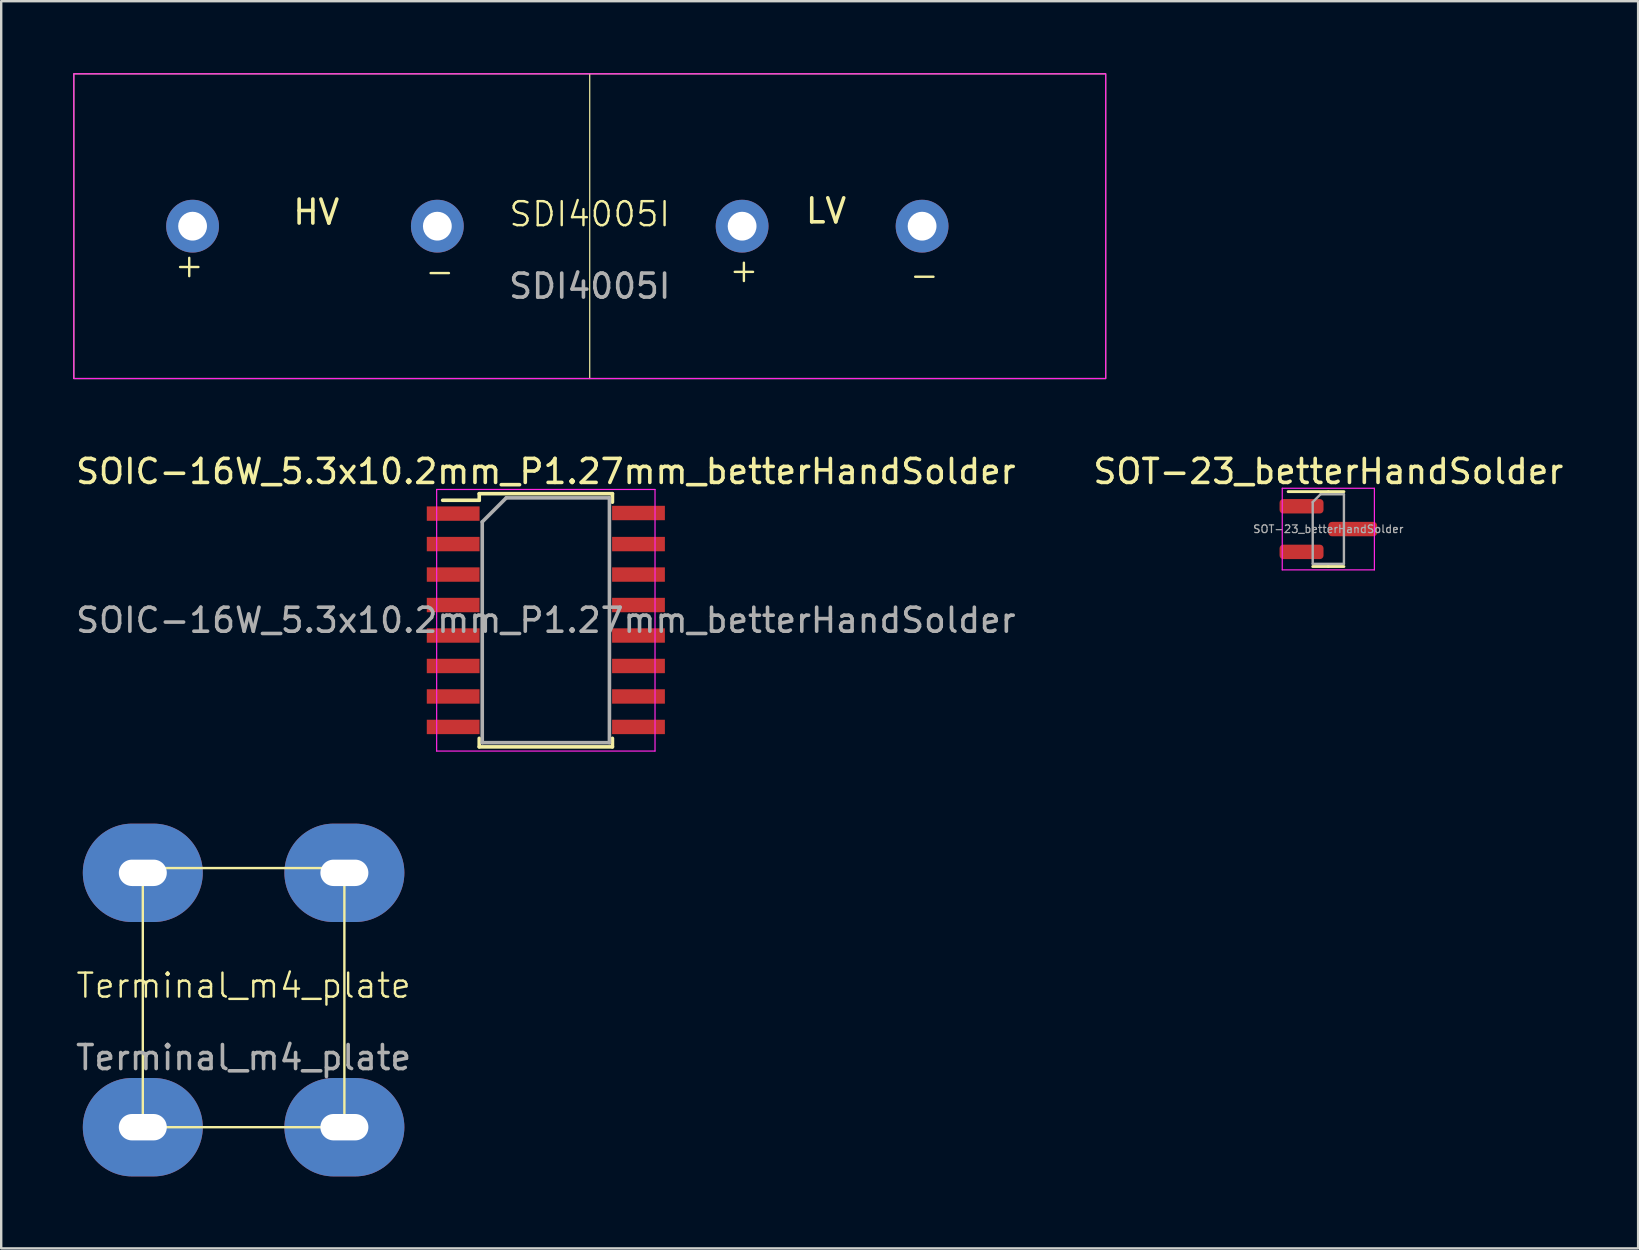
<source format=kicad_pcb>
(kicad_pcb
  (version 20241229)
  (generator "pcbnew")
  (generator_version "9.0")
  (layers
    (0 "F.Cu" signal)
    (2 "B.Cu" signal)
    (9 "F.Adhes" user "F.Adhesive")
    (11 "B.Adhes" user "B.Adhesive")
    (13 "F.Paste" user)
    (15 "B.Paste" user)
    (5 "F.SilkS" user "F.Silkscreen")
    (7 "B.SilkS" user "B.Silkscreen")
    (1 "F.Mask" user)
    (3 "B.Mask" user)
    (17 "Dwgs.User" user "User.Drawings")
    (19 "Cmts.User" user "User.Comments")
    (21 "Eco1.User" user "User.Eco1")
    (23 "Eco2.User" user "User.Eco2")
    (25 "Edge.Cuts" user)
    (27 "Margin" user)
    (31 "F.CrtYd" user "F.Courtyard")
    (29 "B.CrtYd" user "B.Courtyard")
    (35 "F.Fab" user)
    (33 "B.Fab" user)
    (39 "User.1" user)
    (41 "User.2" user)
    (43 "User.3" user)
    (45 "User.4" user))
  (footprint "SDI4005I"
    (layer "F.Cu")
    (at 21.525 6.375)
    (property "Reference" "SDI4005I" (at 0 -0.5 0) (unlocked yes) (layer "F.SilkS") (effects (font (size 1 1) (thickness 0.1))))
    (attr through_hole)
    (fp_line (start 0 -6.35) (end 0 6.35) (stroke (width 0.05) (type default)) (layer "F.SilkS"))
    (fp_rect (start -21.5 -6.35) (end 21.5 6.35) (stroke (width 0.05) (type default)) (fill no) (layer "F.SilkS"))
    (fp_rect (start -21.5 -6.35) (end 21.5 6.35) (stroke (width 0.05) (type default)) (fill no) (layer "F.CrtYd"))
    (fp_text user "LV" (at 8.915 -0.051 0) (unlocked yes) (layer "F.SilkS") (effects (font (size 1 1) (thickness 0.15)) (justify left bottom)))
    (fp_text user "+" (at -17.374 2.21 0) (unlocked yes) (layer "F.SilkS") (effects (font (size 1 1) (thickness 0.1)) (justify left bottom)))
    (fp_text user "+" (at 5.74 2.413 0) (unlocked yes) (layer "F.SilkS") (effects (font (size 1 1) (thickness 0.1)) (justify left bottom)))
    (fp_text user "-" (at 13.259 2.616 0) (unlocked yes) (layer "F.SilkS") (effects (font (size 1 1) (thickness 0.1)) (justify left bottom)))
    (fp_text user "HV" (at -12.446 0 0) (unlocked yes) (layer "F.SilkS") (effects (font (size 1 1) (thickness 0.15)) (justify left bottom)))
    (fp_text user "-" (at -6.934 2.464 0) (unlocked yes) (layer "F.SilkS") (effects (font (size 1 1) (thickness 0.1)) (justify left bottom)))
    (fp_text user "${REFERENCE}" (at 0 2.5 0) (unlocked yes) (layer "F.Fab") (effects (font (size 1 1) (thickness 0.15))))
    (pad "1" thru_hole circle (at -16.55 0) (size 2.2 2.2) (drill 1.2) (layers "*.Cu" "*.Mask"))
    (pad "2" thru_hole circle (at -6.35 0) (size 2.2 2.2) (drill 1.2) (layers "*.Cu" "*.Mask"))
    (pad "3" thru_hole circle (at 6.35 0) (size 2.2 2.2) (drill 1.2) (layers "*.Cu" "*.Mask"))
    (pad "4" thru_hole circle (at 13.85 0) (size 2.2 2.2) (drill 1.2) (layers "*.Cu" "*.Mask")))
  (footprint "SOIC-16W_5.3x10.2mm_P1.27mm_betterHandSolder"
    (layer "F.Cu")
    (at 19.696 22.798)
    (property "Reference" "SOIC-16W_5.3x10.2mm_P1.27mm_betterHandSolder" (at 0 -6.2 0) (layer "F.SilkS") (effects (font (size 1 1) (thickness 0.15))))
    (attr smd)
    (fp_line (start -2.775 -5.275) (end -2.775 -5) (stroke (width 0.15) (type solid)) (layer "F.SilkS"))
    (fp_line (start -2.775 -5.275) (end 2.775 -5.275) (stroke (width 0.15) (type solid)) (layer "F.SilkS"))
    (fp_line (start -2.775 -5) (end -4.3 -5) (stroke (width 0.15) (type solid)) (layer "F.SilkS"))
    (fp_line (start -2.775 5.275) (end -2.775 4.92) (stroke (width 0.15) (type solid)) (layer "F.SilkS"))
    (fp_line (start -2.775 5.275) (end 2.775 5.275) (stroke (width 0.15) (type solid)) (layer "F.SilkS"))
    (fp_line (start 2.775 -5.275) (end 2.775 -4.92) (stroke (width 0.15) (type solid)) (layer "F.SilkS"))
    (fp_line (start 2.775 5.275) (end 2.775 4.92) (stroke (width 0.15) (type solid)) (layer "F.SilkS"))
    (fp_line (start -4.55 -5.45) (end -4.55 5.45) (stroke (width 0.05) (type solid)) (layer "F.CrtYd"))
    (fp_line (start -4.55 -5.45) (end 4.55 -5.45) (stroke (width 0.05) (type solid)) (layer "F.CrtYd"))
    (fp_line (start -4.55 5.45) (end 4.55 5.45) (stroke (width 0.05) (type solid)) (layer "F.CrtYd"))
    (fp_line (start 4.55 -5.45) (end 4.55 5.45) (stroke (width 0.05) (type solid)) (layer "F.CrtYd"))
    (fp_line (start -2.65 -4.1) (end -1.65 -5.1) (stroke (width 0.15) (type solid)) (layer "F.Fab"))
    (fp_line (start -2.65 5.1) (end -2.65 -4.1) (stroke (width 0.15) (type solid)) (layer "F.Fab"))
    (fp_line (start -1.65 -5.1) (end 2.65 -5.1) (stroke (width 0.15) (type solid)) (layer "F.Fab"))
    (fp_line (start 2.65 -5.1) (end 2.65 5.1) (stroke (width 0.15) (type solid)) (layer "F.Fab"))
    (fp_line (start 2.65 5.1) (end -2.65 5.1) (stroke (width 0.15) (type solid)) (layer "F.Fab"))
    (fp_text user "${REFERENCE}" (at 0 0 0) (layer "F.Fab") (effects (font (size 1 1) (thickness 0.15))))
    (pad "1" smd rect (at -3.861 -4.445) (size 2.2 0.6) (layers "F.Cu" "F.Mask" "F.Paste"))
    (pad "2" smd rect (at -3.861 -3.175) (size 2.2 0.6) (layers "F.Cu" "F.Mask" "F.Paste"))
    (pad "3" smd rect (at -3.861 -1.905) (size 2.2 0.6) (layers "F.Cu" "F.Mask" "F.Paste"))
    (pad "4" smd rect (at -3.861 -0.635) (size 2.2 0.6) (layers "F.Cu" "F.Mask" "F.Paste"))
    (pad "5" smd rect (at -3.861 0.635) (size 2.2 0.6) (layers "F.Cu" "F.Mask" "F.Paste"))
    (pad "6" smd rect (at -3.861 1.905) (size 2.2 0.6) (layers "F.Cu" "F.Mask" "F.Paste"))
    (pad "7" smd rect (at -3.861 3.175) (size 2.2 0.6) (layers "F.Cu" "F.Mask" "F.Paste"))
    (pad "8" smd rect (at -3.861 4.445) (size 2.2 0.6) (layers "F.Cu" "F.Mask" "F.Paste"))
    (pad "9" smd rect (at 3.861 4.445) (size 2.2 0.6) (layers "F.Cu" "F.Mask" "F.Paste"))
    (pad "10" smd rect (at 3.861 3.175) (size 2.2 0.6) (layers "F.Cu" "F.Mask" "F.Paste"))
    (pad "11" smd rect (at 3.861 1.905) (size 2.2 0.6) (layers "F.Cu" "F.Mask" "F.Paste"))
    (pad "12" smd rect (at 3.861 0.635) (size 2.2 0.6) (layers "F.Cu" "F.Mask" "F.Paste"))
    (pad "13" smd rect (at 3.861 -0.635) (size 2.2 0.6) (layers "F.Cu" "F.Mask" "F.Paste"))
    (pad "14" smd rect (at 3.861 -1.905) (size 2.2 0.6) (layers "F.Cu" "F.Mask" "F.Paste"))
    (pad "15" smd rect (at 3.861 -3.175) (size 2.2 0.6) (layers "F.Cu" "F.Mask" "F.Paste"))
    (pad "16" smd rect (at 3.861 -4.47) (size 2.2 0.6) (layers "F.Cu" "F.Mask" "F.Paste")))
  (footprint "SOT-23_betterHandSolder"
    (layer "F.Cu")
    (at 52.304 18.998)
    (property "Reference" "SOT-23_betterHandSolder" (at 0 -2.4 0) (layer "F.SilkS") (effects (font (size 1 1) (thickness 0.15))))
    (attr smd)
    (fp_line (start 0 -1.56) (end -1.675 -1.56) (stroke (width 0.12) (type solid)) (layer "F.SilkS"))
    (fp_line (start 0 -1.56) (end 0.65 -1.56) (stroke (width 0.12) (type solid)) (layer "F.SilkS"))
    (fp_line (start 0 1.56) (end -0.65 1.56) (stroke (width 0.12) (type solid)) (layer "F.SilkS"))
    (fp_line (start 0 1.56) (end 0.65 1.56) (stroke (width 0.12) (type solid)) (layer "F.SilkS"))
    (fp_line (start -1.92 -1.7) (end -1.92 1.7) (stroke (width 0.05) (type solid)) (layer "F.CrtYd"))
    (fp_line (start -1.92 1.7) (end 1.92 1.7) (stroke (width 0.05) (type solid)) (layer "F.CrtYd"))
    (fp_line (start 1.92 -1.7) (end -1.92 -1.7) (stroke (width 0.05) (type solid)) (layer "F.CrtYd"))
    (fp_line (start 1.92 1.7) (end 1.92 -1.7) (stroke (width 0.05) (type solid)) (layer "F.CrtYd"))
    (fp_line (start -0.65 -1.125) (end -0.325 -1.45) (stroke (width 0.1) (type solid)) (layer "F.Fab"))
    (fp_line (start -0.65 1.45) (end -0.65 -1.125) (stroke (width 0.1) (type solid)) (layer "F.Fab"))
    (fp_line (start -0.325 -1.45) (end 0.65 -1.45) (stroke (width 0.1) (type solid)) (layer "F.Fab"))
    (fp_line (start 0.65 -1.45) (end 0.65 1.45) (stroke (width 0.1) (type solid)) (layer "F.Fab"))
    (fp_line (start 0.65 1.45) (end -0.65 1.45) (stroke (width 0.1) (type solid)) (layer "F.Fab"))
    (fp_text user "${REFERENCE}" (at 0 0 0) (layer "F.Fab") (effects (font (size 0.32 0.32) (thickness 0.05))))
    (pad "1" smd roundrect (at -1.116 -0.95) (size 1.832 0.6) (layers "F.Cu" "F.Mask" "F.Paste") (roundrect_rratio 0.25))
    (pad "2" smd roundrect (at -1.116 0.95) (size 1.832 0.6) (layers "F.Cu" "F.Mask" "F.Paste") (roundrect_rratio 0.25))
    (pad "3" smd roundrect (at 1.016 0) (size 2.032 0.6) (layers "F.Cu" "F.Mask" "F.Paste") (roundrect_rratio 0.25)))
  (footprint "Terminal_m4_plate"
    (layer "F.Cu")
    (at 7.101 38.523)
    (property "Reference" "Terminal_m4_plate" (at 0 -0.5 0) (unlocked yes) (layer "F.SilkS") (effects (font (size 1 1) (thickness 0.1))))
    (attr through_hole)
    (fp_rect (start -4.2 5.4) (end 4.2 -5.4) (stroke (width 0.1) (type default)) (fill no) (layer "F.SilkS"))
    (fp_text user "${REFERENCE}" (at 0 2.5 0) (unlocked yes) (layer "F.Fab") (effects (font (size 1 1) (thickness 0.15))))
    (pad "1" thru_hole oval (at -4.2 -5.2 90) (size 4.1 5) (drill oval 1.1 2) (layers "*.Cu" "*.Mask"))
    (pad "1" thru_hole oval (at -4.2 5.4 90) (size 4.1 5) (drill oval 1.1 2) (layers "*.Cu" "*.Mask"))
    (pad "1" thru_hole oval (at 4.2 -5.2 90) (size 4.1 5) (drill oval 1.1 2) (layers "*.Cu" "*.Mask"))
    (pad "1" thru_hole oval (at 4.2 5.4 90) (size 4.1 5) (drill oval 1.1 2) (layers "*.Cu" "*.Mask")))
  (gr_rect
    (start -3 -3)
    (end 65.214 48.973)
    (stroke (width 0.1) (type default))
    (fill no)
    (layer "Edge.Cuts")))
</source>
